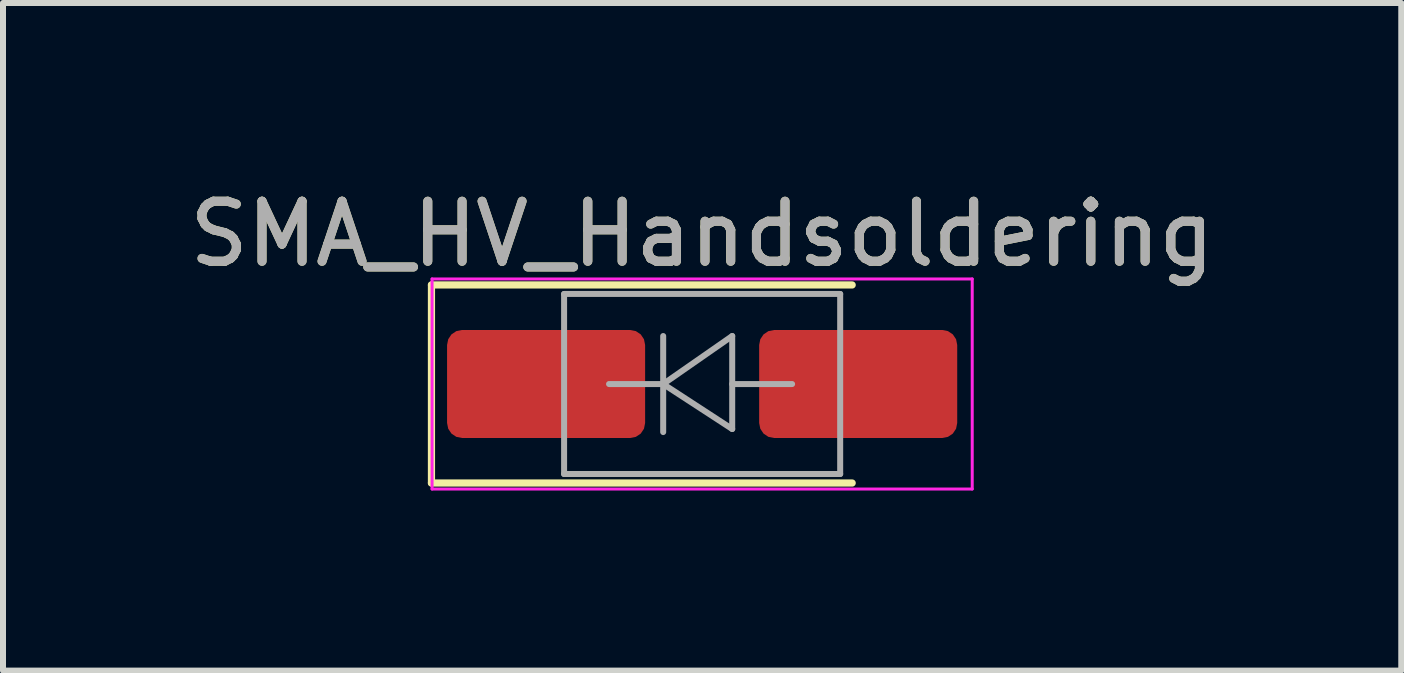
<source format=kicad_pcb>
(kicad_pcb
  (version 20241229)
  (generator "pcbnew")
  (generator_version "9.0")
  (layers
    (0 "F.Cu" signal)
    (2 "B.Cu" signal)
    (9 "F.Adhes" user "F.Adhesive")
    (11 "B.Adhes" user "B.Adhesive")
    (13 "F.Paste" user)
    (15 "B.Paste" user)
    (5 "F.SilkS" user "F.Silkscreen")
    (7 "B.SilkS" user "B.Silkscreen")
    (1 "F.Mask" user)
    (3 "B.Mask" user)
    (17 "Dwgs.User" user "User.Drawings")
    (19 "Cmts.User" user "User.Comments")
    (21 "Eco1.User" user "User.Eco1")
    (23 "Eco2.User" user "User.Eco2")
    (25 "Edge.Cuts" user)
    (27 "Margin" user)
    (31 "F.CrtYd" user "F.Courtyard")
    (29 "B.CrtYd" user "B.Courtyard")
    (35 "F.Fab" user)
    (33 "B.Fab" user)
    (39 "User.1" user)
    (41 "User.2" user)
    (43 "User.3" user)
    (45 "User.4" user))
  (footprint "SMA_HV_Handsoldering"
    (layer "F.Cu")
    (at 8.649 3.348)
    (property "Reference" "SMA_HV_Handsoldering" (at 0 -2.5 180) (layer "F.SilkS") (effects (font (size 1 1) (thickness 0.15))))
    (attr smd)
    (fp_line (start -4.51 -1.65) (end -4.51 1.65) (stroke (width 0.12) (type solid)) (layer "F.SilkS"))
    (fp_line (start -4.51 -1.65) (end 2.5 -1.65) (stroke (width 0.12) (type solid)) (layer "F.SilkS"))
    (fp_line (start -4.51 1.65) (end 2.5 1.65) (stroke (width 0.12) (type solid)) (layer "F.SilkS"))
    (fp_line (start -4.5 -1.75) (end 4.5 -1.75) (stroke (width 0.05) (type solid)) (layer "F.CrtYd"))
    (fp_line (start -4.5 1.75) (end -4.5 -1.75) (stroke (width 0.05) (type solid)) (layer "F.CrtYd"))
    (fp_line (start 4.5 -1.75) (end 4.5 1.75) (stroke (width 0.05) (type solid)) (layer "F.CrtYd"))
    (fp_line (start 4.5 1.75) (end -4.5 1.75) (stroke (width 0.05) (type solid)) (layer "F.CrtYd"))
    (fp_line (start -2.3 1.5) (end -2.3 -1.5) (stroke (width 0.1) (type solid)) (layer "F.Fab"))
    (fp_line (start -0.649 -0.799) (end -0.649 0.801) (stroke (width 0.1) (type solid)) (layer "F.Fab"))
    (fp_line (start -0.649 0.001) (end -1.551 0.001) (stroke (width 0.1) (type solid)) (layer "F.Fab"))
    (fp_line (start -0.649 0.001) (end 0.501 -0.799) (stroke (width 0.1) (type solid)) (layer "F.Fab"))
    (fp_line (start -0.649 0.001) (end 0.501 0.75) (stroke (width 0.1) (type solid)) (layer "F.Fab"))
    (fp_line (start 0.501 0.001) (end 1.499 0.001) (stroke (width 0.1) (type solid)) (layer "F.Fab"))
    (fp_line (start 0.501 0.75) (end 0.501 -0.799) (stroke (width 0.1) (type solid)) (layer "F.Fab"))
    (fp_line (start 2.3 -1.5) (end -2.3 -1.5) (stroke (width 0.1) (type solid)) (layer "F.Fab"))
    (fp_line (start 2.3 -1.5) (end 2.3 1.5) (stroke (width 0.1) (type solid)) (layer "F.Fab"))
    (fp_line (start 2.3 1.5) (end -2.3 1.5) (stroke (width 0.1) (type solid)) (layer "F.Fab"))
    (fp_text user "${REFERENCE}" (at 0 -2.5 180) (layer "F.Fab") (effects (font (size 1 1) (thickness 0.15))))
    (pad "1" smd roundrect (at -2.6 0) (size 3.3 1.8) (layers "F.Cu" "F.Mask" "F.Paste") (roundrect_rratio 0.139))
    (pad "2" smd roundrect (at 2.6 0) (size 3.3 1.8) (layers "F.Cu" "F.Mask" "F.Paste") (roundrect_rratio 0.139)))
  (gr_rect
    (start -3 -3)
    (end 20.298 8.123)
    (stroke (width 0.1) (type default))
    (fill no)
    (layer "Edge.Cuts")))
</source>
